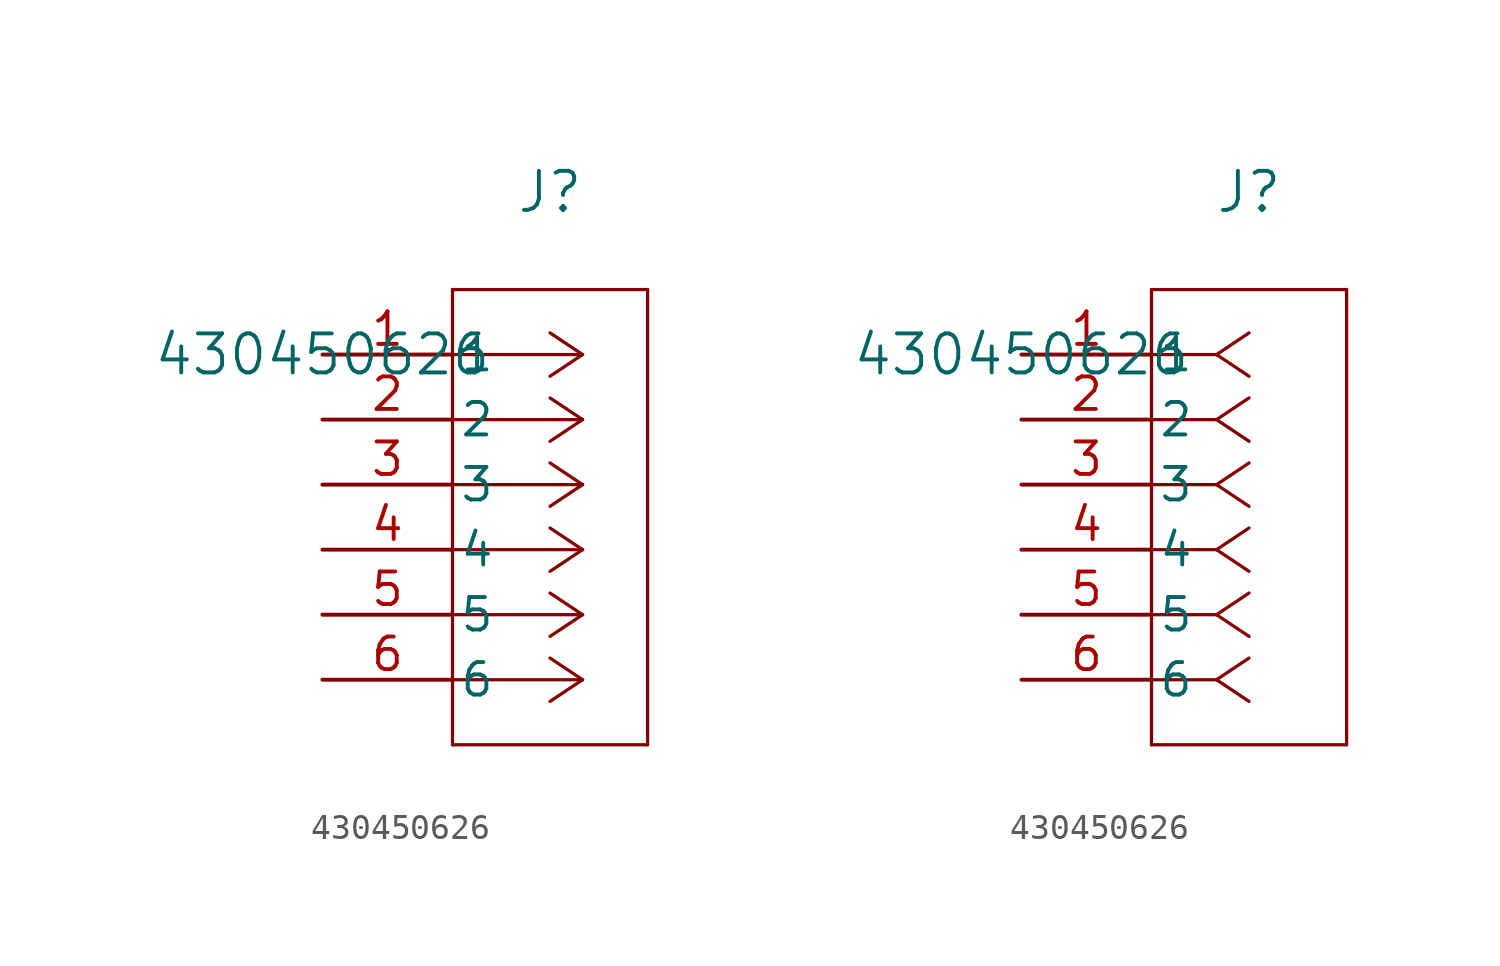
<source format=kicad_sym>
(kicad_symbol_lib
  (version 20211014)
  (generator kicad_symbol_editor)
  (symbol "430450626"
    (pin_names
      (offset 0.254))
    (property "Reference" "J"
      (at 8.89 6.35 0)
      (effects (font (size 1.524 1.524))))
    (property "Value" "430450626"
      (at 0 0 0)
      (effects (font (size 1.524 1.524))))
    (symbol "430450626_1_1"
      (polyline (pts (xy 10.16 0) (xy 5.08 0)) (stroke (width 0.127) (type default) (color 0 0 0 0)) (fill (type none)))
      (polyline (pts (xy 10.16 -2.54) (xy 5.08 -2.54)) (stroke (width 0.127) (type default) (color 0 0 0 0)) (fill (type none)))
      (polyline (pts (xy 10.16 -5.08) (xy 5.08 -5.08)) (stroke (width 0.127) (type default) (color 0 0 0 0)) (fill (type none)))
      (polyline (pts (xy 10.16 -7.62) (xy 5.08 -7.62)) (stroke (width 0.127) (type default) (color 0 0 0 0)) (fill (type none)))
      (polyline (pts (xy 10.16 -10.16) (xy 5.08 -10.16)) (stroke (width 0.127) (type default) (color 0 0 0 0)) (fill (type none)))
      (polyline (pts (xy 10.16 -12.7) (xy 5.08 -12.7)) (stroke (width 0.127) (type default) (color 0 0 0 0)) (fill (type none)))
      (polyline (pts (xy 10.16 0) (xy 8.89 0.847)) (stroke (width 0.127) (type default) (color 0 0 0 0)) (fill (type none)))
      (polyline (pts (xy 10.16 -2.54) (xy 8.89 -1.693)) (stroke (width 0.127) (type default) (color 0 0 0 0)) (fill (type none)))
      (polyline (pts (xy 10.16 -5.08) (xy 8.89 -4.233)) (stroke (width 0.127) (type default) (color 0 0 0 0)) (fill (type none)))
      (polyline (pts (xy 10.16 -7.62) (xy 8.89 -6.773)) (stroke (width 0.127) (type default) (color 0 0 0 0)) (fill (type none)))
      (polyline (pts (xy 10.16 -10.16) (xy 8.89 -9.313)) (stroke (width 0.127) (type default) (color 0 0 0 0)) (fill (type none)))
      (polyline (pts (xy 10.16 -12.7) (xy 8.89 -11.853)) (stroke (width 0.127) (type default) (color 0 0 0 0)) (fill (type none)))
      (polyline (pts (xy 10.16 0) (xy 8.89 -0.847)) (stroke (width 0.127) (type default) (color 0 0 0 0)) (fill (type none)))
      (polyline (pts (xy 10.16 -2.54) (xy 8.89 -3.387)) (stroke (width 0.127) (type default) (color 0 0 0 0)) (fill (type none)))
      (polyline (pts (xy 10.16 -5.08) (xy 8.89 -5.927)) (stroke (width 0.127) (type default) (color 0 0 0 0)) (fill (type none)))
      (polyline (pts (xy 10.16 -7.62) (xy 8.89 -8.467)) (stroke (width 0.127) (type default) (color 0 0 0 0)) (fill (type none)))
      (polyline (pts (xy 10.16 -10.16) (xy 8.89 -11.007)) (stroke (width 0.127) (type default) (color 0 0 0 0)) (fill (type none)))
      (polyline (pts (xy 10.16 -12.7) (xy 8.89 -13.547)) (stroke (width 0.127) (type default) (color 0 0 0 0)) (fill (type none)))
      (polyline (pts (xy 5.08 2.54) (xy 5.08 -15.24)) (stroke (width 0.127) (type default) (color 0 0 0 0)) (fill (type none)))
      (polyline (pts (xy 5.08 -15.24) (xy 12.7 -15.24)) (stroke (width 0.127) (type default) (color 0 0 0 0)) (fill (type none)))
      (polyline (pts (xy 12.7 -15.24) (xy 12.7 2.54)) (stroke (width 0.127) (type default) (color 0 0 0 0)) (fill (type none)))
      (polyline (pts (xy 12.7 2.54) (xy 5.08 2.54)) (stroke (width 0.127) (type default) (color 0 0 0 0)) (fill (type none)))
      (pin unspecified line (at 0 0 0) (length 5.08) (name "1" (effects (font (size 1.27 1.27)))) (number "1" (effects (font (size 1.27 1.27)))))
      (pin unspecified line (at 0 -2.54 0) (length 5.08) (name "2" (effects (font (size 1.27 1.27)))) (number "2" (effects (font (size 1.27 1.27)))))
      (pin unspecified line (at 0 -5.08 0) (length 5.08) (name "3" (effects (font (size 1.27 1.27)))) (number "3" (effects (font (size 1.27 1.27)))))
      (pin unspecified line (at 0 -7.62 0) (length 5.08) (name "4" (effects (font (size 1.27 1.27)))) (number "4" (effects (font (size 1.27 1.27)))))
      (pin unspecified line (at 0 -10.16 0) (length 5.08) (name "5" (effects (font (size 1.27 1.27)))) (number "5" (effects (font (size 1.27 1.27)))))
      (pin unspecified line (at 0 -12.7 0) (length 5.08) (name "6" (effects (font (size 1.27 1.27)))) (number "6" (effects (font (size 1.27 1.27))))))
    (symbol "430450626_1_2"
      (polyline (pts (xy 7.62 0) (xy 5.08 0)) (stroke (width 0.127) (type default) (color 0 0 0 0)) (fill (type none)))
      (polyline (pts (xy 7.62 -2.54) (xy 5.08 -2.54)) (stroke (width 0.127) (type default) (color 0 0 0 0)) (fill (type none)))
      (polyline (pts (xy 7.62 -5.08) (xy 5.08 -5.08)) (stroke (width 0.127) (type default) (color 0 0 0 0)) (fill (type none)))
      (polyline (pts (xy 7.62 -7.62) (xy 5.08 -7.62)) (stroke (width 0.127) (type default) (color 0 0 0 0)) (fill (type none)))
      (polyline (pts (xy 7.62 -10.16) (xy 5.08 -10.16)) (stroke (width 0.127) (type default) (color 0 0 0 0)) (fill (type none)))
      (polyline (pts (xy 7.62 -12.7) (xy 5.08 -12.7)) (stroke (width 0.127) (type default) (color 0 0 0 0)) (fill (type none)))
      (polyline (pts (xy 7.62 0) (xy 8.89 0.847)) (stroke (width 0.127) (type default) (color 0 0 0 0)) (fill (type none)))
      (polyline (pts (xy 7.62 -2.54) (xy 8.89 -1.693)) (stroke (width 0.127) (type default) (color 0 0 0 0)) (fill (type none)))
      (polyline (pts (xy 7.62 -5.08) (xy 8.89 -4.233)) (stroke (width 0.127) (type default) (color 0 0 0 0)) (fill (type none)))
      (polyline (pts (xy 7.62 -7.62) (xy 8.89 -6.773)) (stroke (width 0.127) (type default) (color 0 0 0 0)) (fill (type none)))
      (polyline (pts (xy 7.62 -10.16) (xy 8.89 -9.313)) (stroke (width 0.127) (type default) (color 0 0 0 0)) (fill (type none)))
      (polyline (pts (xy 7.62 -12.7) (xy 8.89 -11.853)) (stroke (width 0.127) (type default) (color 0 0 0 0)) (fill (type none)))
      (polyline (pts (xy 7.62 0) (xy 8.89 -0.847)) (stroke (width 0.127) (type default) (color 0 0 0 0)) (fill (type none)))
      (polyline (pts (xy 7.62 -2.54) (xy 8.89 -3.387)) (stroke (width 0.127) (type default) (color 0 0 0 0)) (fill (type none)))
      (polyline (pts (xy 7.62 -5.08) (xy 8.89 -5.927)) (stroke (width 0.127) (type default) (color 0 0 0 0)) (fill (type none)))
      (polyline (pts (xy 7.62 -7.62) (xy 8.89 -8.467)) (stroke (width 0.127) (type default) (color 0 0 0 0)) (fill (type none)))
      (polyline (pts (xy 7.62 -10.16) (xy 8.89 -11.007)) (stroke (width 0.127) (type default) (color 0 0 0 0)) (fill (type none)))
      (polyline (pts (xy 7.62 -12.7) (xy 8.89 -13.547)) (stroke (width 0.127) (type default) (color 0 0 0 0)) (fill (type none)))
      (polyline (pts (xy 5.08 2.54) (xy 5.08 -15.24)) (stroke (width 0.127) (type default) (color 0 0 0 0)) (fill (type none)))
      (polyline (pts (xy 5.08 -15.24) (xy 12.7 -15.24)) (stroke (width 0.127) (type default) (color 0 0 0 0)) (fill (type none)))
      (polyline (pts (xy 12.7 -15.24) (xy 12.7 2.54)) (stroke (width 0.127) (type default) (color 0 0 0 0)) (fill (type none)))
      (polyline (pts (xy 12.7 2.54) (xy 5.08 2.54)) (stroke (width 0.127) (type default) (color 0 0 0 0)) (fill (type none)))
      (pin unspecified line (at 0 0 0) (length 5.08) (name "1" (effects (font (size 1.27 1.27)))) (number "1" (effects (font (size 1.27 1.27)))))
      (pin unspecified line (at 0 -2.54 0) (length 5.08) (name "2" (effects (font (size 1.27 1.27)))) (number "2" (effects (font (size 1.27 1.27)))))
      (pin unspecified line (at 0 -5.08 0) (length 5.08) (name "3" (effects (font (size 1.27 1.27)))) (number "3" (effects (font (size 1.27 1.27)))))
      (pin unspecified line (at 0 -7.62 0) (length 5.08) (name "4" (effects (font (size 1.27 1.27)))) (number "4" (effects (font (size 1.27 1.27)))))
      (pin unspecified line (at 0 -10.16 0) (length 5.08) (name "5" (effects (font (size 1.27 1.27)))) (number "5" (effects (font (size 1.27 1.27)))))
      (pin unspecified line (at 0 -12.7 0) (length 5.08) (name "6" (effects (font (size 1.27 1.27)))) (number "6" (effects (font (size 1.27 1.27))))))))
</source>
